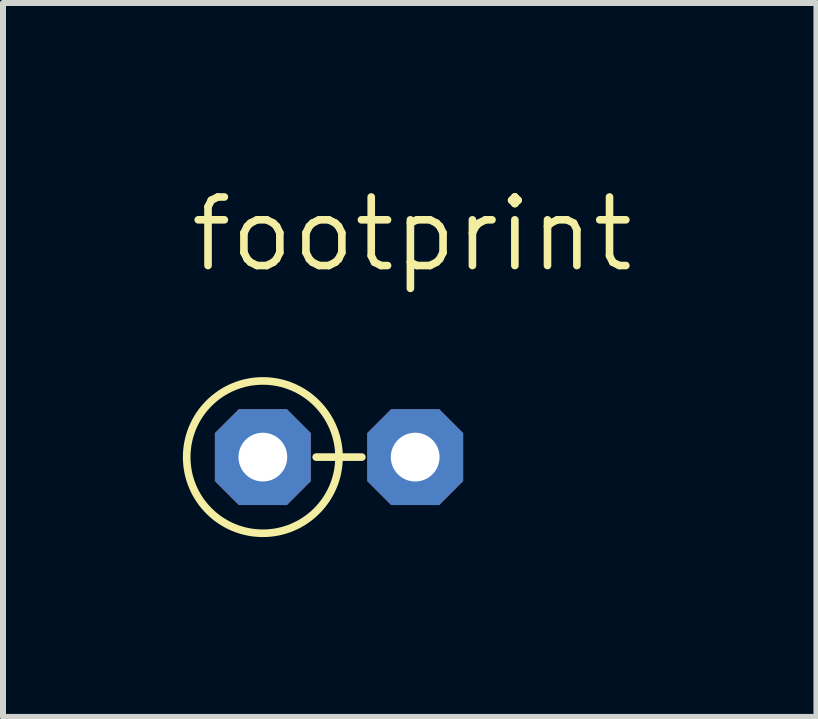
<source format=kicad_pcb>
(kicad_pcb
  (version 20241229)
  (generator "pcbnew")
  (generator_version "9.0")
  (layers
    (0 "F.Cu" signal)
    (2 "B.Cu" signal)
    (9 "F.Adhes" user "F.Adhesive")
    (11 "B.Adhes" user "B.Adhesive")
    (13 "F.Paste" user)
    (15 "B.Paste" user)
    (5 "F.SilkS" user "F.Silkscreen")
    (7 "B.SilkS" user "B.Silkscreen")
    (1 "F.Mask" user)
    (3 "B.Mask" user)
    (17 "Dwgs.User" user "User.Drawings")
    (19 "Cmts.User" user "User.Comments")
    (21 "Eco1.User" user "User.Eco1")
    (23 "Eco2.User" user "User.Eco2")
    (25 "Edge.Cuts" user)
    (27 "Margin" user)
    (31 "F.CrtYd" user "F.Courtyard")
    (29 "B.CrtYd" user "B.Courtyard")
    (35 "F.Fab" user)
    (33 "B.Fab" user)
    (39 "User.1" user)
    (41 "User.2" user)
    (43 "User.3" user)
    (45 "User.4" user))
  (footprint "footprint"
    (layer "F.Cu")
    (at 2.603 4.572)
    (property "Reference" "footprint" (at -2.54 -3.048 0) (layer "F.SilkS") (effects (font (size 1.143 1.143) (thickness 0.127)) (justify left bottom)))
    (fp_line (start -0.381 0) (end 0.381 0) (stroke (width 0.127) (type solid)) (layer "F.SilkS"))
    (fp_circle (center -1.27 0) (end 0 0) (stroke (width 0.127) (type solid)) (fill no) (layer "F.SilkS"))
    (pad "1" thru_hole roundrect (at -1.27 0) (size 1.6 1.6) (drill 0.813) (layers "*.Cu" "*.Mask") (roundrect_rratio 0.25) (chamfer_ratio 0.25) (chamfer top_left top_right bottom_left bottom_right))
    (pad "2" thru_hole roundrect (at 1.27 0) (size 1.6 1.6) (drill 0.813) (layers "*.Cu" "*.Mask") (roundrect_rratio 0.25) (chamfer_ratio 0.25) (chamfer top_left top_right bottom_left bottom_right)))
  (gr_rect
    (start -3 -3)
    (end 10.564 8.905)
    (stroke (width 0.1) (type default))
    (fill no)
    (layer "Edge.Cuts")))
</source>
